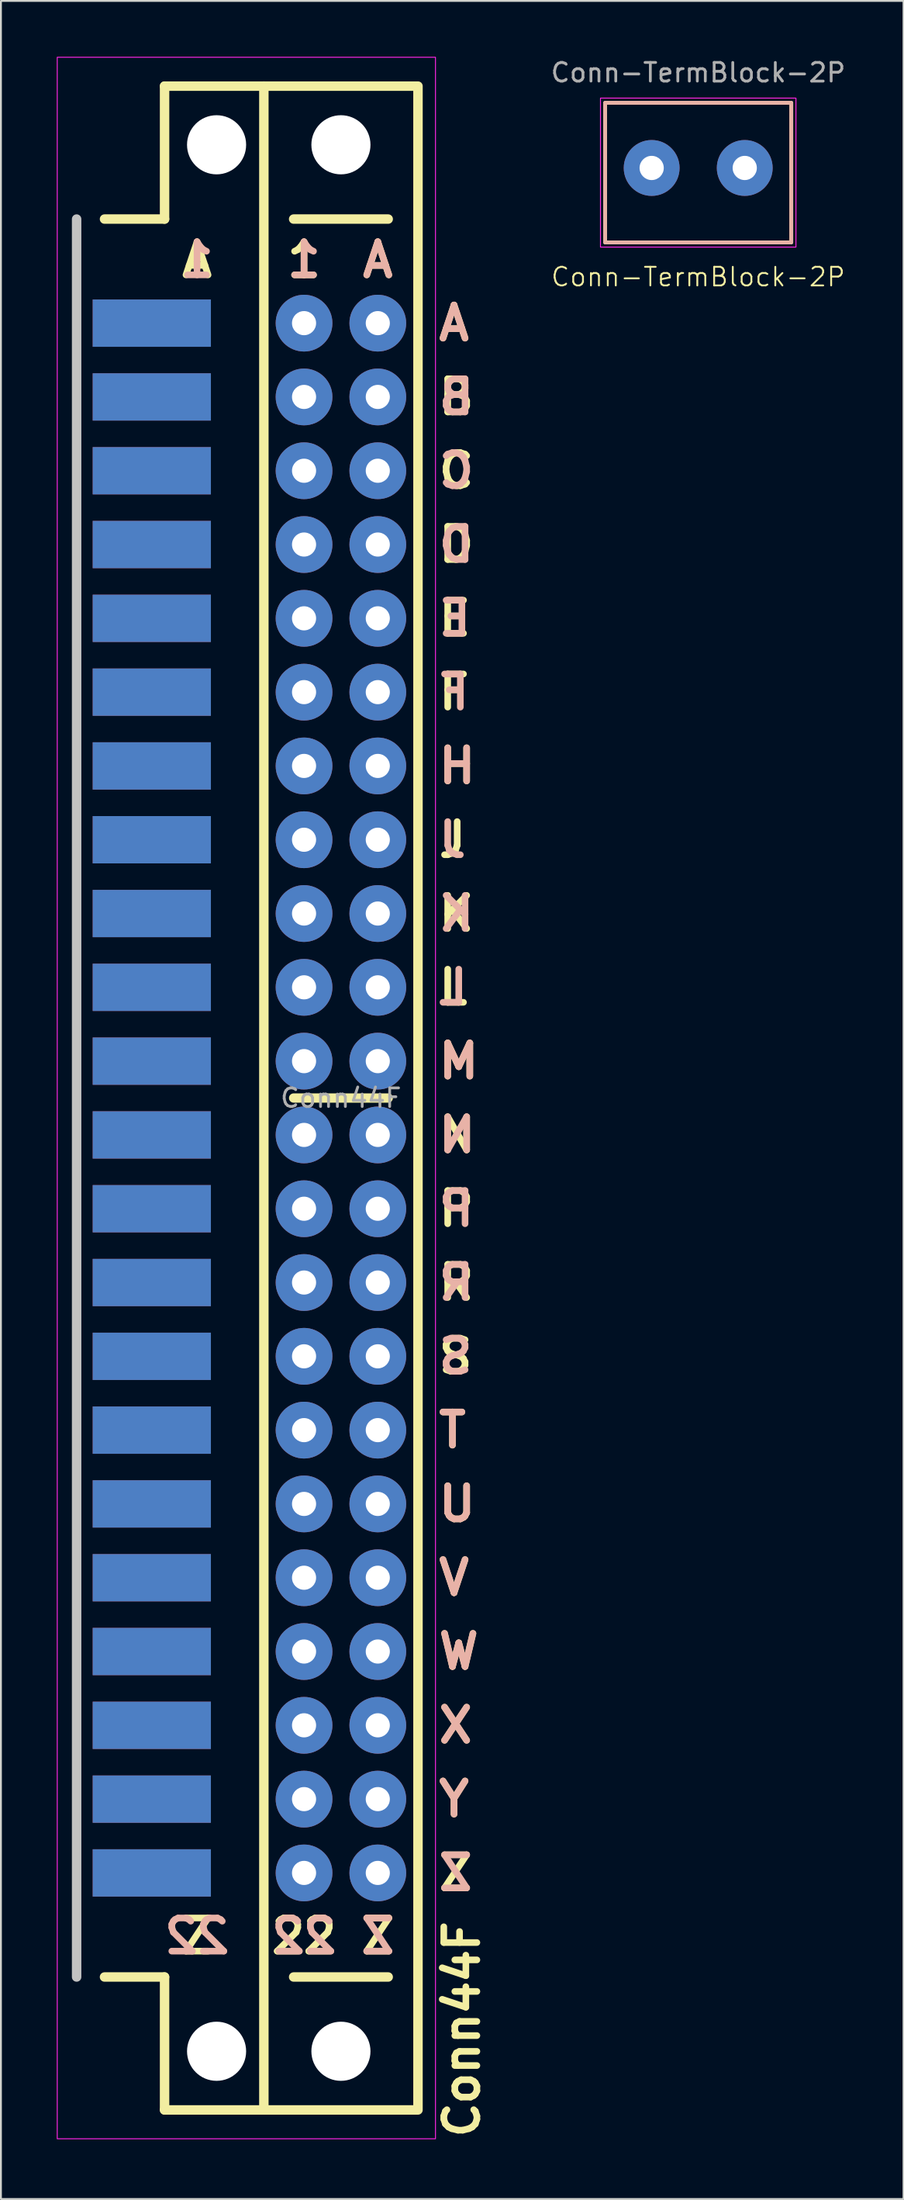
<source format=kicad_pcb>
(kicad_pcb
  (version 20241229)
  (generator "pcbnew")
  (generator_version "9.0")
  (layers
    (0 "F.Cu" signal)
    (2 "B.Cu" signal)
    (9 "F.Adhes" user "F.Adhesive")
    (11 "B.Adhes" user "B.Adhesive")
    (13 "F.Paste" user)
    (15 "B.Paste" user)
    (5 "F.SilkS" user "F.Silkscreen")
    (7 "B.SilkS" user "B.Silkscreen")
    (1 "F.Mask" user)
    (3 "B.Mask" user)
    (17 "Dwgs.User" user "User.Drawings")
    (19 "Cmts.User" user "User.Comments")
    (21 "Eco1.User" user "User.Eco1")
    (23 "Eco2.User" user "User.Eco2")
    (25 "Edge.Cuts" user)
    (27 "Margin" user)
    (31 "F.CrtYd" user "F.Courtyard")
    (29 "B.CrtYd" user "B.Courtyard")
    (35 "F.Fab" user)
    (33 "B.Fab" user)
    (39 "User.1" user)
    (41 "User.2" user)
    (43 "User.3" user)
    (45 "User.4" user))
  (footprint "Conn44F"
    (layer "F.Cu")
    (at 15.265 55.905)
    (property "Reference" "Conn44F" (at 6.5 50 90) (unlocked yes) (layer "F.SilkS") (effects (font (size 1.778 1.778) (thickness 0.356) (bold yes))))
    (attr through_hole)
    (fp_line (start -9.474 -54.331) (end -9.474 -47.193) (stroke (width 0.508) (type default)) (layer "F.SilkS"))
    (fp_line (start -9.474 -54.331) (end -4.14 -54.331) (stroke (width 0.508) (type default)) (layer "F.SilkS"))
    (fp_line (start -9.474 -47.193) (end -12.7 -47.193) (stroke (width 0.508) (type default)) (layer "F.SilkS"))
    (fp_line (start -9.474 47.193) (end -12.7 47.193) (stroke (width 0.508) (type default)) (layer "F.SilkS"))
    (fp_line (start -9.474 54.331) (end -9.474 47.193) (stroke (width 0.508) (type default)) (layer "F.SilkS"))
    (fp_line (start -4.14 54.331) (end -9.474 54.331) (stroke (width 0.508) (type default)) (layer "F.SilkS"))
    (fp_line (start -2.54 -47.193) (end 2.54 -47.193) (stroke (width 0.508) (type default)) (layer "F.SilkS"))
    (fp_line (start -2.54 0) (end 2.54 0) (stroke (width 0.5) (type default)) (layer "F.SilkS"))
    (fp_line (start -2.54 47.193) (end 2.54 47.193) (stroke (width 0.508) (type default)) (layer "F.SilkS"))
    (fp_rect (start -4.14 -54.331) (end 4.14 54.331) (stroke (width 0.508) (type default)) (fill no) (layer "F.SilkS"))
    (fp_line (start -14.199 -47.193) (end -14.199 47.193) (stroke (width 0.508) (type default)) (layer "Dwgs.User"))
    (fp_rect (start -15.24 -55.88) (end 5.08 55.88) (stroke (width 0.05) (type default)) (fill no) (layer "F.CrtYd"))
    (fp_text user "Z" (at 5.08 41.605 0) (unlocked yes) (layer "F.SilkS") (effects (font (size 1.778 1.778) (thickness 0.356) (bold yes)) (justify left)))
    (fp_text user "1" (at -1.981 -45 0) (unlocked yes) (layer "F.SilkS") (effects (font (size 1.778 1.778) (thickness 0.356) (bold yes))))
    (fp_text user "E" (at 5.08 -25.756 0) (unlocked yes) (layer "F.SilkS") (effects (font (size 1.778 1.778) (thickness 0.356) (bold yes)) (justify left)))
    (fp_text user "W" (at 5.08 29.718 0) (unlocked yes) (layer "F.SilkS") (effects (font (size 1.778 1.778) (thickness 0.356) (bold yes)) (justify left)))
    (fp_text user "A" (at 1.981 -45 0) (unlocked yes) (layer "F.SilkS") (effects (font (size 1.778 1.778) (thickness 0.356) (bold yes))))
    (fp_text user "J" (at 5.08 -13.868 0) (unlocked yes) (layer "F.SilkS") (effects (font (size 1.778 1.778) (thickness 0.356) (bold yes)) (justify left)))
    (fp_text user "Z" (at 1.981 45 0) (unlocked yes) (layer "F.SilkS") (effects (font (size 1.778 1.778) (thickness 0.356) (bold yes))))
    (fp_text user "T" (at 5.08 17.831 0) (unlocked yes) (layer "F.SilkS") (effects (font (size 1.778 1.778) (thickness 0.356) (bold yes)) (justify left)))
    (fp_text user "L" (at 5.08 -5.944 0) (unlocked yes) (layer "F.SilkS") (effects (font (size 1.778 1.778) (thickness 0.356) (bold yes)) (justify left)))
    (fp_text user "V" (at 5.08 25.756 0) (unlocked yes) (layer "F.SilkS") (effects (font (size 1.778 1.778) (thickness 0.356) (bold yes)) (justify left)))
    (fp_text user "K" (at 5.08 -9.906 0) (unlocked yes) (layer "F.SilkS") (effects (font (size 1.778 1.778) (thickness 0.356) (bold yes)) (justify left)))
    (fp_text user "Y" (at 5.08 37.643 0) (unlocked yes) (layer "F.SilkS") (effects (font (size 1.778 1.778) (thickness 0.356) (bold yes)) (justify left)))
    (fp_text user "S" (at 5.08 13.868 0) (unlocked yes) (layer "F.SilkS") (effects (font (size 1.778 1.778) (thickness 0.356) (bold yes)) (justify left)))
    (fp_text user "X" (at 5.08 33.68 0) (unlocked yes) (layer "F.SilkS") (effects (font (size 1.778 1.778) (thickness 0.356) (bold yes)) (justify left)))
    (fp_text user "F" (at 5.08 -21.793 0) (unlocked yes) (layer "F.SilkS") (effects (font (size 1.778 1.778) (thickness 0.356) (bold yes)) (justify left)))
    (fp_text user "P" (at 5.08 5.944 0) (unlocked yes) (layer "F.SilkS") (effects (font (size 1.778 1.778) (thickness 0.356) (bold yes)) (justify left)))
    (fp_text user "A" (at -7.73 -45 0) (unlocked yes) (layer "F.SilkS") (effects (font (size 1.778 1.778) (thickness 0.356) (bold yes))))
    (fp_text user "D" (at 5.08 -29.718 0) (unlocked yes) (layer "F.SilkS") (effects (font (size 1.778 1.778) (thickness 0.356) (bold yes)) (justify left)))
    (fp_text user "22" (at -1.981 45 0) (unlocked yes) (layer "F.SilkS") (effects (font (size 1.778 1.778) (thickness 0.356) (bold yes))))
    (fp_text user "C" (at 5.08 -33.68 0) (unlocked yes) (layer "F.SilkS") (effects (font (size 1.778 1.778) (thickness 0.356) (bold yes)) (justify left)))
    (fp_text user "U" (at 5.08 21.793 0) (unlocked yes) (layer "F.SilkS") (effects (font (size 1.778 1.778) (thickness 0.356) (bold yes)) (justify left)))
    (fp_text user "B" (at 5.08 -37.643 0) (unlocked yes) (layer "F.SilkS") (effects (font (size 1.778 1.778) (thickness 0.356) (bold yes)) (justify left)))
    (fp_text user "Z" (at -7.73 45 0) (unlocked yes) (layer "F.SilkS") (effects (font (size 1.778 1.778) (thickness 0.356) (bold yes))))
    (fp_text user "M" (at 5.08 -1.981 0) (unlocked yes) (layer "F.SilkS") (effects (font (size 1.778 1.778) (thickness 0.356) (bold yes)) (justify left)))
    (fp_text user "H" (at 5.08 -17.831 0) (unlocked yes) (layer "F.SilkS") (effects (font (size 1.778 1.778) (thickness 0.356) (bold yes)) (justify left)))
    (fp_text user "A" (at 5.08 -41.605 0) (unlocked yes) (layer "F.SilkS") (effects (font (size 1.778 1.778) (thickness 0.356) (bold yes)) (justify left)))
    (fp_text user "R" (at 5.08 9.906 0) (unlocked yes) (layer "F.SilkS") (effects (font (size 1.778 1.778) (thickness 0.356) (bold yes)) (justify left)))
    (fp_text user "N" (at 5.08 1.981 0) (unlocked yes) (layer "F.SilkS") (effects (font (size 1.778 1.778) (thickness 0.356) (bold yes)) (justify left)))
    (fp_text user "H" (at 5.08 -17.831 0) (unlocked yes) (layer "B.SilkS") (effects (font (size 1.778 1.778) (thickness 0.356) (bold yes)) (justify right mirror)))
    (fp_text user "J" (at 5.08 -13.868 0) (unlocked yes) (layer "B.SilkS") (effects (font (size 1.778 1.778) (thickness 0.356) (bold yes)) (justify right mirror)))
    (fp_text user "1" (at -1.981 -45 0) (unlocked yes) (layer "B.SilkS") (effects (font (size 1.778 1.778) (thickness 0.356) (bold yes)) (justify mirror)))
    (fp_text user "D" (at 5.08 -29.718 0) (unlocked yes) (layer "B.SilkS") (effects (font (size 1.778 1.778) (thickness 0.356) (bold yes)) (justify right mirror)))
    (fp_text user "W" (at 5.08 29.718 0) (unlocked yes) (layer "B.SilkS") (effects (font (size 1.778 1.778) (thickness 0.356) (bold yes)) (justify right mirror)))
    (fp_text user "X" (at 5.08 33.68 0) (unlocked yes) (layer "B.SilkS") (effects (font (size 1.778 1.778) (thickness 0.356) (bold yes)) (justify right mirror)))
    (fp_text user "Y" (at 5.08 37.643 0) (unlocked yes) (layer "B.SilkS") (effects (font (size 1.778 1.778) (thickness 0.356) (bold yes)) (justify right mirror)))
    (fp_text user "P" (at 5.08 5.944 0) (unlocked yes) (layer "B.SilkS") (effects (font (size 1.778 1.778) (thickness 0.356) (bold yes)) (justify right mirror)))
    (fp_text user "L" (at 5.08 -5.944 0) (unlocked yes) (layer "B.SilkS") (effects (font (size 1.778 1.778) (thickness 0.356) (bold yes)) (justify right mirror)))
    (fp_text user "F" (at 5.08 -21.793 0) (unlocked yes) (layer "B.SilkS") (effects (font (size 1.778 1.778) (thickness 0.356) (bold yes)) (justify right mirror)))
    (fp_text user "T" (at 5.08 17.831 0) (unlocked yes) (layer "B.SilkS") (effects (font (size 1.778 1.778) (thickness 0.356) (bold yes)) (justify right mirror)))
    (fp_text user "S" (at 5.08 13.868 0) (unlocked yes) (layer "B.SilkS") (effects (font (size 1.778 1.778) (thickness 0.356) (bold yes)) (justify right mirror)))
    (fp_text user "B" (at 5.08 -37.643 0) (unlocked yes) (layer "B.SilkS") (effects (font (size 1.778 1.778) (thickness 0.356) (bold yes)) (justify right mirror)))
    (fp_text user "K" (at 5.08 -9.906 0) (unlocked yes) (layer "B.SilkS") (effects (font (size 1.778 1.778) (thickness 0.356) (bold yes)) (justify right mirror)))
    (fp_text user "A" (at 5.08 -41.605 0) (unlocked yes) (layer "B.SilkS") (effects (font (size 1.778 1.778) (thickness 0.356) (bold yes)) (justify right mirror)))
    (fp_text user "U" (at 5.08 21.793 0) (unlocked yes) (layer "B.SilkS") (effects (font (size 1.778 1.778) (thickness 0.356) (bold yes)) (justify right mirror)))
    (fp_text user "C" (at 5.08 -33.68 0) (unlocked yes) (layer "B.SilkS") (effects (font (size 1.778 1.778) (thickness 0.356) (bold yes)) (justify right mirror)))
    (fp_text user "A" (at 1.981 -45 0) (unlocked yes) (layer "B.SilkS") (effects (font (size 1.778 1.778) (thickness 0.356) (bold yes)) (justify mirror)))
    (fp_text user "1" (at -7.73 -45 0) (unlocked yes) (layer "B.SilkS") (effects (font (size 1.778 1.778) (thickness 0.356) (bold yes)) (justify mirror)))
    (fp_text user "22" (at -1.981 45 0) (unlocked yes) (layer "B.SilkS") (effects (font (size 1.778 1.778) (thickness 0.356) (bold yes)) (justify mirror)))
    (fp_text user "V" (at 5.08 25.756 0) (unlocked yes) (layer "B.SilkS") (effects (font (size 1.778 1.778) (thickness 0.356) (bold yes)) (justify right mirror)))
    (fp_text user "M" (at 5.08 -1.981 0) (unlocked yes) (layer "B.SilkS") (effects (font (size 1.778 1.778) (thickness 0.356) (bold yes)) (justify right mirror)))
    (fp_text user "Z" (at 5.08 41.605 0) (unlocked yes) (layer "B.SilkS") (effects (font (size 1.778 1.778) (thickness 0.356) (bold yes)) (justify right mirror)))
    (fp_text user "E" (at 5.08 -25.756 0) (unlocked yes) (layer "B.SilkS") (effects (font (size 1.778 1.778) (thickness 0.356) (bold yes)) (justify right mirror)))
    (fp_text user "Z" (at 1.981 45 0) (unlocked yes) (layer "B.SilkS") (effects (font (size 1.778 1.778) (thickness 0.356) (bold yes)) (justify mirror)))
    (fp_text user "N" (at 5.08 1.981 0) (unlocked yes) (layer "B.SilkS") (effects (font (size 1.778 1.778) (thickness 0.356) (bold yes)) (justify right mirror)))
    (fp_text user "R" (at 5.08 9.906 0) (unlocked yes) (layer "B.SilkS") (effects (font (size 1.778 1.778) (thickness 0.356) (bold yes)) (justify right mirror)))
    (fp_text user "22" (at -7.73 45 0) (unlocked yes) (layer "B.SilkS") (effects (font (size 1.778 1.778) (thickness 0.356) (bold yes)) (justify mirror)))
    (fp_text user "${REFERENCE}" (at 0 0 0) (unlocked yes) (layer "F.Fab") (effects (font (size 1 1) (thickness 0.15))))
    (pad "" np_thru_hole circle (at -6.68 -51.181) (size 3.175 3.175) (drill 3.175) (layers "*.Cu" "*.Mask"))
    (pad "" np_thru_hole circle (at -6.68 51.181) (size 3.175 3.175) (drill 3.175) (layers "*.Cu" "*.Mask"))
    (pad "" np_thru_hole circle (at 0 -51.181) (size 3.175 3.175) (drill 3.175) (layers "*.Cu" "*.Mask"))
    (pad "" np_thru_hole circle (at 0 51.181) (size 3.175 3.175) (drill 3.175) (layers "*.Cu" "*.Mask"))
    (pad "1" connect rect (at -10.16 -41.605) (size 6.35 2.54) (layers "B.Cu" "B.Mask"))
    (pad "1" thru_hole circle (at -1.981 -41.605) (size 3.048 3.048) (drill 1.295) (layers "*.Cu" "*.Mask"))
    (pad "2" connect rect (at -10.16 -37.643) (size 6.35 2.54) (layers "B.Cu" "B.Mask"))
    (pad "2" thru_hole circle (at -1.981 -37.643) (size 3.048 3.048) (drill 1.295) (layers "*.Cu" "*.Mask"))
    (pad "3" connect rect (at -10.16 -33.68) (size 6.35 2.54) (layers "B.Cu" "B.Mask"))
    (pad "3" thru_hole circle (at -1.981 -33.68) (size 3.048 3.048) (drill 1.295) (layers "*.Cu" "*.Mask"))
    (pad "4" connect rect (at -10.16 -29.718) (size 6.35 2.54) (layers "B.Cu" "B.Mask"))
    (pad "4" thru_hole circle (at -1.981 -29.718) (size 3.048 3.048) (drill 1.295) (layers "*.Cu" "*.Mask"))
    (pad "5" connect rect (at -10.16 -25.756) (size 6.35 2.54) (layers "B.Cu" "B.Mask"))
    (pad "5" thru_hole circle (at -1.981 -25.756) (size 3.048 3.048) (drill 1.295) (layers "*.Cu" "*.Mask"))
    (pad "6" connect rect (at -10.16 -21.793) (size 6.35 2.54) (layers "B.Cu" "B.Mask"))
    (pad "6" thru_hole circle (at -1.981 -21.793) (size 3.048 3.048) (drill 1.295) (layers "*.Cu" "*.Mask"))
    (pad "7" connect rect (at -10.16 -17.831) (size 6.35 2.54) (layers "B.Cu" "B.Mask"))
    (pad "7" thru_hole circle (at -1.981 -17.831) (size 3.048 3.048) (drill 1.295) (layers "*.Cu" "*.Mask"))
    (pad "8" connect rect (at -10.16 -13.868) (size 6.35 2.54) (layers "B.Cu" "B.Mask"))
    (pad "8" thru_hole circle (at -1.981 -13.868) (size 3.048 3.048) (drill 1.295) (layers "*.Cu" "*.Mask"))
    (pad "9" connect rect (at -10.16 -9.906) (size 6.35 2.54) (layers "B.Cu" "B.Mask"))
    (pad "9" thru_hole circle (at -1.981 -9.906) (size 3.048 3.048) (drill 1.295) (layers "*.Cu" "*.Mask"))
    (pad "10" connect rect (at -10.16 -5.944) (size 6.35 2.54) (layers "B.Cu" "B.Mask"))
    (pad "10" thru_hole circle (at -1.981 -5.944) (size 3.048 3.048) (drill 1.295) (layers "*.Cu" "*.Mask"))
    (pad "11" connect rect (at -10.16 -1.981) (size 6.35 2.54) (layers "B.Cu" "B.Mask"))
    (pad "11" thru_hole circle (at -1.981 -1.981) (size 3.048 3.048) (drill 1.295) (layers "*.Cu" "*.Mask"))
    (pad "12" connect rect (at -10.16 1.981) (size 6.35 2.54) (layers "B.Cu" "B.Mask"))
    (pad "12" thru_hole circle (at -1.981 1.981) (size 3.048 3.048) (drill 1.295) (layers "*.Cu" "*.Mask"))
    (pad "13" connect rect (at -10.16 5.944) (size 6.35 2.54) (layers "B.Cu" "B.Mask"))
    (pad "13" thru_hole circle (at -1.981 5.944) (size 3.048 3.048) (drill 1.295) (layers "*.Cu" "*.Mask"))
    (pad "14" connect rect (at -10.16 9.906) (size 6.35 2.54) (layers "B.Cu" "B.Mask"))
    (pad "14" thru_hole circle (at -1.981 9.906) (size 3.048 3.048) (drill 1.295) (layers "*.Cu" "*.Mask"))
    (pad "15" connect rect (at -10.16 13.868) (size 6.35 2.54) (layers "B.Cu" "B.Mask"))
    (pad "15" thru_hole circle (at -1.981 13.868) (size 3.048 3.048) (drill 1.295) (layers "*.Cu" "*.Mask"))
    (pad "16" connect rect (at -10.16 17.831) (size 6.35 2.54) (layers "B.Cu" "B.Mask"))
    (pad "16" thru_hole circle (at -1.981 17.831) (size 3.048 3.048) (drill 1.295) (layers "*.Cu" "*.Mask"))
    (pad "17" connect rect (at -10.16 21.793) (size 6.35 2.54) (layers "B.Cu" "B.Mask"))
    (pad "17" thru_hole circle (at -1.981 21.793) (size 3.048 3.048) (drill 1.295) (layers "*.Cu" "*.Mask"))
    (pad "18" connect rect (at -10.16 25.756) (size 6.35 2.54) (layers "B.Cu" "B.Mask"))
    (pad "18" thru_hole circle (at -1.981 25.756) (size 3.048 3.048) (drill 1.295) (layers "*.Cu" "*.Mask"))
    (pad "19" connect rect (at -10.16 29.718) (size 6.35 2.54) (layers "B.Cu" "B.Mask"))
    (pad "19" thru_hole circle (at -1.981 29.718) (size 3.048 3.048) (drill 1.295) (layers "*.Cu" "*.Mask"))
    (pad "20" connect rect (at -10.16 33.68) (size 6.35 2.54) (layers "B.Cu" "B.Mask"))
    (pad "20" thru_hole circle (at -1.981 33.68) (size 3.048 3.048) (drill 1.295) (layers "*.Cu" "*.Mask"))
    (pad "21" connect rect (at -10.16 37.643) (size 6.35 2.54) (layers "B.Cu" "B.Mask"))
    (pad "21" thru_hole circle (at -1.981 37.643) (size 3.048 3.048) (drill 1.295) (layers "*.Cu" "*.Mask"))
    (pad "22" connect rect (at -10.16 41.605) (size 6.35 2.54) (layers "B.Cu" "B.Mask"))
    (pad "22" thru_hole circle (at -1.981 41.605) (size 3.048 3.048) (drill 1.295) (layers "*.Cu" "*.Mask"))
    (pad "A" connect rect (at -10.16 -41.605) (size 6.35 2.54) (layers "F.Cu" "F.Mask"))
    (pad "A" thru_hole circle (at 1.981 -41.605) (size 3.048 3.048) (drill 1.295) (layers "*.Cu" "*.Mask"))
    (pad "B" connect rect (at -10.16 -37.643) (size 6.35 2.54) (layers "F.Cu" "F.Mask"))
    (pad "B" thru_hole circle (at 1.981 -37.643) (size 3.048 3.048) (drill 1.295) (layers "*.Cu" "*.Mask"))
    (pad "C" connect rect (at -10.16 -33.68) (size 6.35 2.54) (layers "F.Cu" "F.Mask"))
    (pad "C" thru_hole circle (at 1.981 -33.68) (size 3.048 3.048) (drill 1.295) (layers "*.Cu" "*.Mask"))
    (pad "D" connect rect (at -10.16 -29.718) (size 6.35 2.54) (layers "F.Cu" "F.Mask"))
    (pad "D" thru_hole circle (at 1.981 -29.718) (size 3.048 3.048) (drill 1.295) (layers "*.Cu" "*.Mask"))
    (pad "E" connect rect (at -10.16 -25.756) (size 6.35 2.54) (layers "F.Cu" "F.Mask"))
    (pad "E" thru_hole circle (at 1.981 -25.756) (size 3.048 3.048) (drill 1.295) (layers "*.Cu" "*.Mask"))
    (pad "F" connect rect (at -10.16 -21.793) (size 6.35 2.54) (layers "F.Cu" "F.Mask"))
    (pad "F" thru_hole circle (at 1.981 -21.793) (size 3.048 3.048) (drill 1.295) (layers "*.Cu" "*.Mask"))
    (pad "H" connect rect (at -10.16 -17.831) (size 6.35 2.54) (layers "F.Cu" "F.Mask"))
    (pad "H" thru_hole circle (at 1.981 -17.831) (size 3.048 3.048) (drill 1.295) (layers "*.Cu" "*.Mask"))
    (pad "J" connect rect (at -10.16 -13.868) (size 6.35 2.54) (layers "F.Cu" "F.Mask"))
    (pad "J" thru_hole circle (at 1.981 -13.868) (size 3.048 3.048) (drill 1.295) (layers "*.Cu" "*.Mask"))
    (pad "K" connect rect (at -10.16 -9.906) (size 6.35 2.54) (layers "F.Cu" "F.Mask"))
    (pad "K" thru_hole circle (at 1.981 -9.906) (size 3.048 3.048) (drill 1.295) (layers "*.Cu" "*.Mask"))
    (pad "L" connect rect (at -10.16 -5.944) (size 6.35 2.54) (layers "F.Cu" "F.Mask"))
    (pad "L" thru_hole circle (at 1.981 -5.944) (size 3.048 3.048) (drill 1.295) (layers "*.Cu" "*.Mask"))
    (pad "M" connect rect (at -10.16 -1.981) (size 6.35 2.54) (layers "F.Cu" "F.Mask"))
    (pad "M" thru_hole circle (at 1.981 -1.981) (size 3.048 3.048) (drill 1.295) (layers "*.Cu" "*.Mask"))
    (pad "N" connect rect (at -10.16 1.981) (size 6.35 2.54) (layers "F.Cu" "F.Mask"))
    (pad "N" thru_hole circle (at 1.981 1.981) (size 3.048 3.048) (drill 1.295) (layers "*.Cu" "*.Mask"))
    (pad "P" connect rect (at -10.16 5.944) (size 6.35 2.54) (layers "F.Cu" "F.Mask"))
    (pad "P" thru_hole circle (at 1.981 5.944) (size 3.048 3.048) (drill 1.295) (layers "*.Cu" "*.Mask"))
    (pad "R" connect rect (at -10.16 9.906) (size 6.35 2.54) (layers "F.Cu" "F.Mask"))
    (pad "R" thru_hole circle (at 1.981 9.906) (size 3.048 3.048) (drill 1.295) (layers "*.Cu" "*.Mask"))
    (pad "S" connect rect (at -10.16 13.868) (size 6.35 2.54) (layers "F.Cu" "F.Mask"))
    (pad "S" thru_hole circle (at 1.981 13.868) (size 3.048 3.048) (drill 1.295) (layers "*.Cu" "*.Mask"))
    (pad "T" connect rect (at -10.16 17.831) (size 6.35 2.54) (layers "F.Cu" "F.Mask"))
    (pad "T" thru_hole circle (at 1.981 17.831) (size 3.048 3.048) (drill 1.295) (layers "*.Cu" "*.Mask"))
    (pad "U" connect rect (at -10.16 21.793) (size 6.35 2.54) (layers "F.Cu" "F.Mask"))
    (pad "U" thru_hole circle (at 1.981 21.793) (size 3.048 3.048) (drill 1.295) (layers "*.Cu" "*.Mask"))
    (pad "V" connect rect (at -10.16 25.756) (size 6.35 2.54) (layers "F.Cu" "F.Mask"))
    (pad "V" thru_hole circle (at 1.981 25.756) (size 3.048 3.048) (drill 1.295) (layers "*.Cu" "*.Mask"))
    (pad "W" connect rect (at -10.16 29.718) (size 6.35 2.54) (layers "F.Cu" "F.Mask"))
    (pad "W" thru_hole circle (at 1.981 29.718) (size 3.048 3.048) (drill 1.295) (layers "*.Cu" "*.Mask"))
    (pad "X" connect rect (at -10.16 33.68) (size 6.35 2.54) (layers "F.Cu" "F.Mask"))
    (pad "X" thru_hole circle (at 1.981 33.68) (size 3.048 3.048) (drill 1.295) (layers "*.Cu" "*.Mask"))
    (pad "Y" connect rect (at -10.16 37.643) (size 6.35 2.54) (layers "F.Cu" "F.Mask"))
    (pad "Y" thru_hole circle (at 1.981 37.643) (size 3.048 3.048) (drill 1.295) (layers "*.Cu" "*.Mask"))
    (pad "Z" connect rect (at -10.16 41.605) (size 6.35 2.54) (layers "F.Cu" "F.Mask"))
    (pad "Z" thru_hole circle (at 1.981 41.605) (size 3.048 3.048) (drill 1.295) (layers "*.Cu" "*.Mask"))
    (zone (net_name "") (layers "F.Cu" "B.Cu") (name "SMD Area") (hatch edge 0.5) (connect_pads) (min_thickness 0.25) (filled_areas_thickness no) (keepout (tracks allowed) (vias allowed) (pads allowed) (copperpour not_allowed) (footprints allowed)) (placement (enabled no)) (fill) (polygon (pts (xy 1.295 11.455) (xy 20.345 11.455) (xy 20.345 100.355) (xy 1.295 100.355)))))
  (footprint "Conn-TermBlock-2P"
    (layer "F.Cu")
    (at 34.459 5.968)
    (property "Reference" "Conn-TermBlock-2P" (at 0 5.85 0) (unlocked yes) (layer "F.SilkS") (effects (font (size 1 1) (thickness 0.1))))
    (attr through_hole)
    (fp_rect (start -5 -3.5) (end 5 4) (stroke (width 0.203) (type default)) (fill no) (layer "F.SilkS"))
    (fp_rect (start -5 -3.5) (end 5 4) (stroke (width 0.203) (type default)) (fill no) (layer "B.SilkS"))
    (fp_rect (start -5.25 -3.75) (end 5.25 4.25) (stroke (width 0.05) (type default)) (fill no) (layer "F.CrtYd"))
    (fp_text user "${REFERENCE}" (at 0 -5.12 0) (unlocked yes) (layer "F.Fab") (effects (font (size 1 1) (thickness 0.15))))
    (pad "1" thru_hole circle (at -2.5 0) (size 3 3) (drill 1.3) (layers "*.Cu" "*.Mask"))
    (pad "2" thru_hole circle (at 2.5 0) (size 3 3) (drill 1.3) (layers "*.Cu" "*.Mask")))
  (gr_rect
    (start -3 -3)
    (end 45.489 115.018)
    (stroke (width 0.1) (type default))
    (fill no)
    (layer "Edge.Cuts")))
</source>
